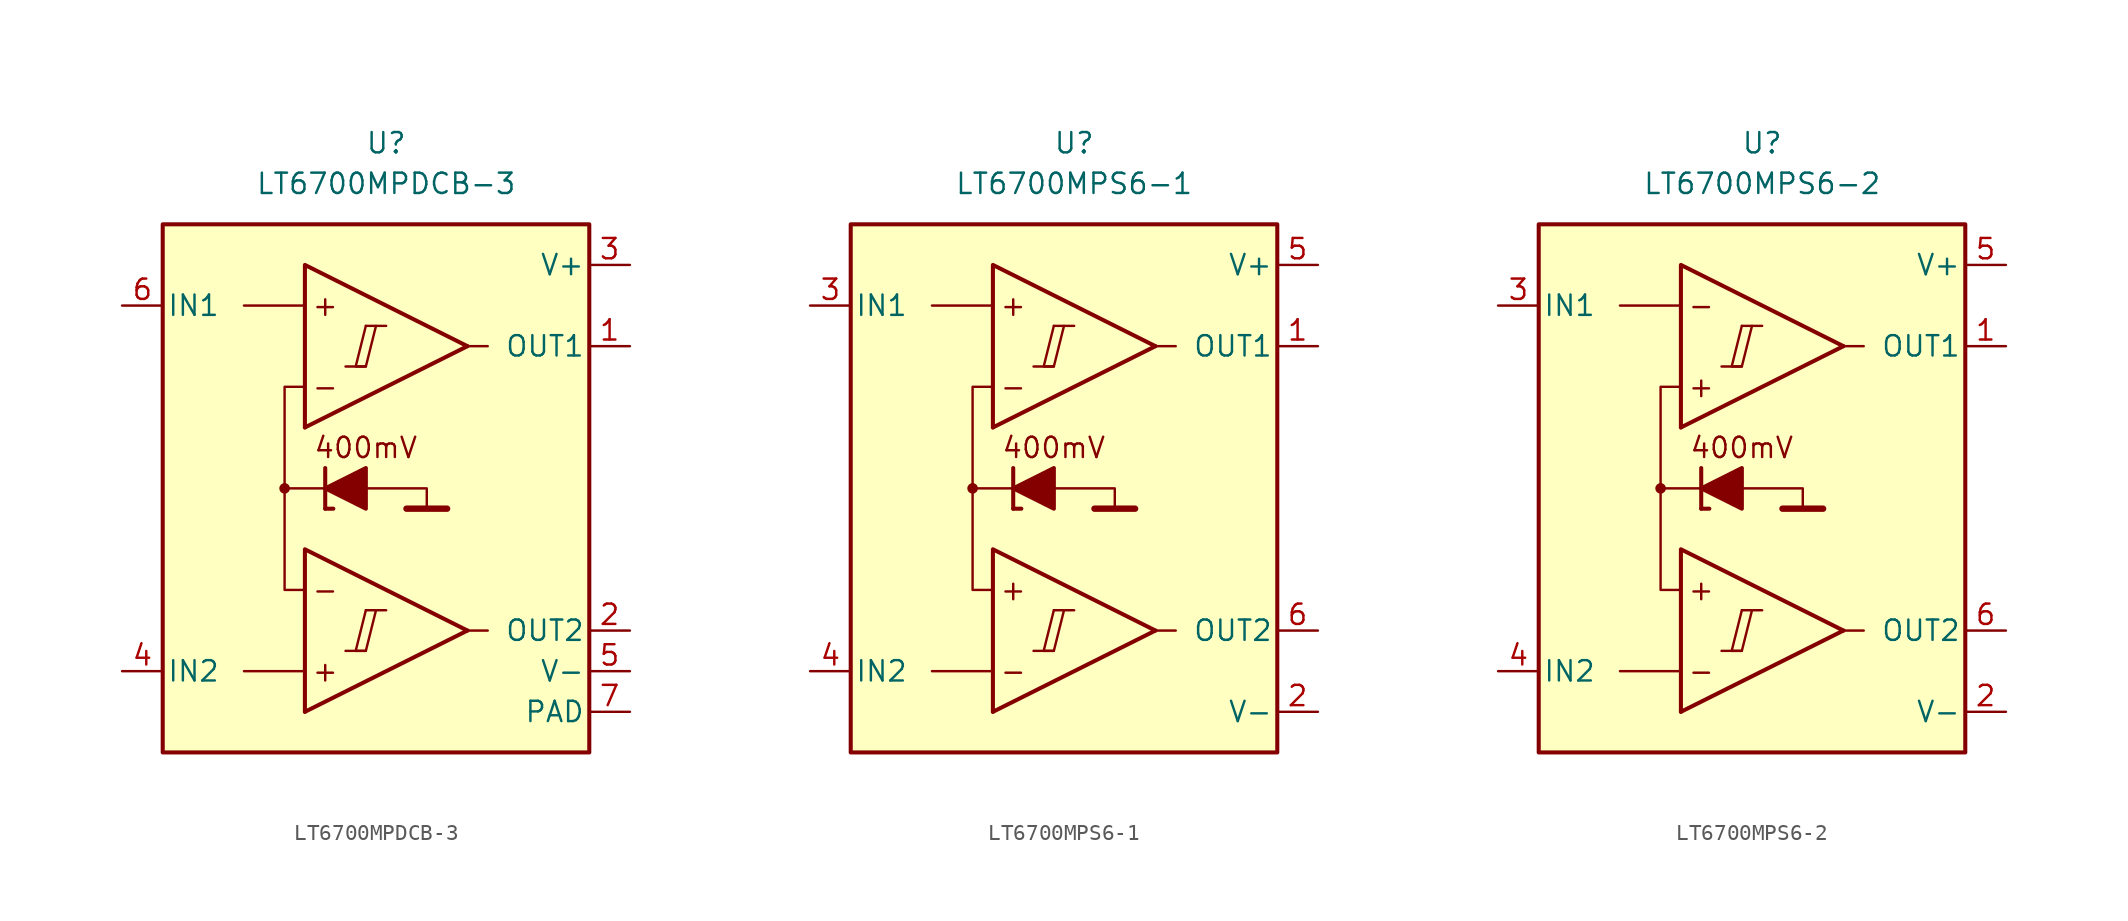
<source format=kicad_sym>
(kicad_symbol_lib
  (version 20231120)
  (generator "kicad_symbol_editor")
  (generator_version "8.0")
  (symbol "LT6700MPDCB-3"
    (pin_names
      (offset 0.254))
    (property "Reference" "U"
      (at 0 22.86 0)
      (effects (font (size 1.27 1.27))))
    (property "Value" "LT6700MPDCB-3"
      (at 0 20.32 0)
      (effects (font (size 1.27 1.27))))
    (symbol "LT6700MPDCB-3_0_0"
      (rectangle (start -13.97 17.78) (end 12.7 -15.24) (stroke (width 0.254) (type default)) (fill (type background)))
      (circle (center -6.35 1.27) (radius 0.254) (stroke (width 0.152) (type default)) (fill (type outline)))
      (polyline (pts (xy -2.54 -8.89) (xy -1.27 -8.89)) (stroke (width 0.152) (type default)) (fill (type none)))
      (polyline (pts (xy -2.54 8.89) (xy -1.27 8.89)) (stroke (width 0.152) (type default)) (fill (type none)))
      (polyline (pts (xy -1.27 -6.35) (xy 0 -6.35)) (stroke (width 0.152) (type default)) (fill (type none)))
      (polyline (pts (xy -1.27 11.43) (xy 0 11.43)) (stroke (width 0.152) (type default)) (fill (type none)))
      (polyline (pts (xy 5.08 -7.62) (xy -5.08 -12.7)) (stroke (width 0.254) (type default)) (fill (type none)))
      (polyline (pts (xy 5.08 10.16) (xy -5.08 5.08)) (stroke (width 0.254) (type default)) (fill (type none)))
      (polyline (pts (xy 5.08 -7.62) (xy -5.08 -2.54) (xy -5.08 -12.7)) (stroke (width 0.254) (type default)) (fill (type background)))
      (polyline (pts (xy 5.08 10.16) (xy -5.08 15.24) (xy -5.08 5.08)) (stroke (width 0.254) (type default)) (fill (type background)))
      (polyline (pts (xy -1.27 -6.35) (xy -1.905 -8.89) (xy -1.27 -8.89) (xy -0.635 -6.35)) (stroke (width 0.152) (type default)) (fill (type none)))
      (polyline (pts (xy -1.27 11.43) (xy -1.905 8.89) (xy -1.27 8.89) (xy -0.635 11.43)) (stroke (width 0.152) (type default)) (fill (type none)))
      (text "+" (at -3.81 -10.16 0) (effects (font (size 1.27 1.27))))
      (text "+" (at -3.81 12.7 0) (effects (font (size 1.27 1.27))))
      (text "-" (at -3.81 -5.08 0) (effects (font (size 1.27 1.27))))
      (text "-" (at -3.81 7.62 0) (effects (font (size 1.27 1.27)))))
    (symbol "LT6700MPDCB-3_0_1"
      (polyline (pts (xy -5.08 -10.16) (xy -8.89 -10.16)) (stroke (width 0) (type default)) (fill (type none)))
      (polyline (pts (xy -5.08 12.7) (xy -8.89 12.7)) (stroke (width 0) (type default)) (fill (type none)))
      (polyline (pts (xy -3.81 0) (xy -3.81 2.54)) (stroke (width 0.254) (type default)) (fill (type none)))
      (polyline (pts (xy -3.81 0) (xy -3.302 0)) (stroke (width 0.254) (type default)) (fill (type none)))
      (polyline (pts (xy -3.81 1.27) (xy -6.35 1.27)) (stroke (width 0.152) (type default)) (fill (type none)))
      (polyline (pts (xy 1.27 0) (xy 3.81 0)) (stroke (width 0.4) (type default)) (fill (type none)))
      (polyline (pts (xy 5.08 -7.62) (xy 6.35 -7.62)) (stroke (width 0) (type default)) (fill (type none)))
      (polyline (pts (xy 5.08 10.16) (xy 6.35 10.16)) (stroke (width 0) (type default)) (fill (type none)))
      (polyline (pts (xy -1.27 1.27) (xy 2.54 1.27) (xy 2.54 0)) (stroke (width 0.152) (type default)) (fill (type none)))
      (polyline (pts (xy -5.08 -5.08) (xy -6.35 -5.08) (xy -6.35 7.62) (xy -5.08 7.62)) (stroke (width 0.152) (type default)) (fill (type none)))
      (polyline (pts (xy -1.27 2.54) (xy -1.27 0) (xy -3.81 1.27) (xy -1.27 2.54)) (stroke (width 0.254) (type default)) (fill (type outline))))
    (symbol "LT6700MPDCB-3_1_0"
      (text "400mV" (at -1.27 3.81 0) (effects (font (size 1.27 1.27)))))
    (symbol "LT6700MPDCB-3_1_1"
      (pin output line (at 15.24 10.16 180) (length 2.54) (name "OUT1" (effects (font (size 1.27 1.27)))) (number "1" (effects (font (size 1.27 1.27)))))
      (pin output line (at 15.24 -7.62 180) (length 2.54) (name "OUT2" (effects (font (size 1.27 1.27)))) (number "2" (effects (font (size 1.27 1.27)))))
      (pin power_in line (at 15.24 15.24 180) (length 2.54) (name "V+" (effects (font (size 1.27 1.27)))) (number "3" (effects (font (size 1.27 1.27)))))
      (pin input line (at -16.51 -10.16 0) (length 2.54) (name "IN2" (effects (font (size 1.27 1.27)))) (number "4" (effects (font (size 1.27 1.27)))))
      (pin power_in line (at 15.24 -10.16 180) (length 2.54) (name "V-" (effects (font (size 1.27 1.27)))) (number "5" (effects (font (size 1.27 1.27)))))
      (pin input line (at -16.51 12.7 0) (length 2.54) (name "IN1" (effects (font (size 1.27 1.27)))) (number "6" (effects (font (size 1.27 1.27)))))
      (pin power_in line (at 15.24 -12.7 180) (length 2.54) (name "PAD" (effects (font (size 1.27 1.27)))) (number "7" (effects (font (size 1.27 1.27)))))))
  (symbol "LT6700MPS6-1"
    (pin_names
      (offset 0.254))
    (property "Reference" "U"
      (at 0 22.86 0)
      (effects (font (size 1.27 1.27))))
    (property "Value" "LT6700MPS6-1"
      (at 0 20.32 0)
      (effects (font (size 1.27 1.27))))
    (symbol "LT6700MPS6-1_0_0"
      (rectangle (start -13.97 17.78) (end 12.7 -15.24) (stroke (width 0.254) (type default)) (fill (type background)))
      (circle (center -6.35 1.27) (radius 0.254) (stroke (width 0.152) (type default)) (fill (type outline)))
      (polyline (pts (xy -2.54 -8.89) (xy -1.27 -8.89)) (stroke (width 0.152) (type default)) (fill (type none)))
      (polyline (pts (xy -2.54 8.89) (xy -1.27 8.89)) (stroke (width 0.152) (type default)) (fill (type none)))
      (polyline (pts (xy -1.27 -6.35) (xy 0 -6.35)) (stroke (width 0.152) (type default)) (fill (type none)))
      (polyline (pts (xy -1.27 11.43) (xy 0 11.43)) (stroke (width 0.152) (type default)) (fill (type none)))
      (polyline (pts (xy 5.08 -7.62) (xy -5.08 -12.7)) (stroke (width 0.254) (type default)) (fill (type none)))
      (polyline (pts (xy 5.08 10.16) (xy -5.08 5.08)) (stroke (width 0.254) (type default)) (fill (type none)))
      (polyline (pts (xy 5.08 -7.62) (xy -5.08 -2.54) (xy -5.08 -12.7)) (stroke (width 0.254) (type default)) (fill (type background)))
      (polyline (pts (xy 5.08 10.16) (xy -5.08 15.24) (xy -5.08 5.08)) (stroke (width 0.254) (type default)) (fill (type background)))
      (polyline (pts (xy -1.27 -6.35) (xy -1.905 -8.89) (xy -1.27 -8.89) (xy -0.635 -6.35)) (stroke (width 0.152) (type default)) (fill (type none)))
      (polyline (pts (xy -1.27 11.43) (xy -1.905 8.89) (xy -1.27 8.89) (xy -0.635 11.43)) (stroke (width 0.152) (type default)) (fill (type none)))
      (text "+" (at -3.81 -5.08 0) (effects (font (size 1.27 1.27))))
      (text "+" (at -3.81 12.7 0) (effects (font (size 1.27 1.27))))
      (text "-" (at -3.81 -10.16 0) (effects (font (size 1.27 1.27))))
      (text "-" (at -3.81 7.62 0) (effects (font (size 1.27 1.27)))))
    (symbol "LT6700MPS6-1_0_1"
      (polyline (pts (xy -5.08 -10.16) (xy -8.89 -10.16)) (stroke (width 0) (type default)) (fill (type none)))
      (polyline (pts (xy -5.08 12.7) (xy -8.89 12.7)) (stroke (width 0) (type default)) (fill (type none)))
      (polyline (pts (xy -3.81 0) (xy -3.81 2.54)) (stroke (width 0.254) (type default)) (fill (type none)))
      (polyline (pts (xy -3.81 0) (xy -3.302 0)) (stroke (width 0.254) (type default)) (fill (type none)))
      (polyline (pts (xy -3.81 1.27) (xy -6.35 1.27)) (stroke (width 0.152) (type default)) (fill (type none)))
      (polyline (pts (xy 1.27 0) (xy 3.81 0)) (stroke (width 0.4) (type default)) (fill (type none)))
      (polyline (pts (xy 5.08 -7.62) (xy 6.35 -7.62)) (stroke (width 0) (type default)) (fill (type none)))
      (polyline (pts (xy 5.08 10.16) (xy 6.35 10.16)) (stroke (width 0) (type default)) (fill (type none)))
      (polyline (pts (xy -1.27 1.27) (xy 2.54 1.27) (xy 2.54 0)) (stroke (width 0.152) (type default)) (fill (type none)))
      (polyline (pts (xy -5.08 -5.08) (xy -6.35 -5.08) (xy -6.35 7.62) (xy -5.08 7.62)) (stroke (width 0.152) (type default)) (fill (type none)))
      (polyline (pts (xy -1.27 2.54) (xy -1.27 0) (xy -3.81 1.27) (xy -1.27 2.54)) (stroke (width 0.254) (type default)) (fill (type outline))))
    (symbol "LT6700MPS6-1_1_0"
      (text "400mV" (at -1.27 3.81 0) (effects (font (size 1.27 1.27)))))
    (symbol "LT6700MPS6-1_1_1"
      (pin output line (at 15.24 10.16 180) (length 2.54) (name "OUT1" (effects (font (size 1.27 1.27)))) (number "1" (effects (font (size 1.27 1.27)))))
      (pin power_in line (at 15.24 -12.7 180) (length 2.54) (name "V-" (effects (font (size 1.27 1.27)))) (number "2" (effects (font (size 1.27 1.27)))))
      (pin input line (at -16.51 12.7 0) (length 2.54) (name "IN1" (effects (font (size 1.27 1.27)))) (number "3" (effects (font (size 1.27 1.27)))))
      (pin input line (at -16.51 -10.16 0) (length 2.54) (name "IN2" (effects (font (size 1.27 1.27)))) (number "4" (effects (font (size 1.27 1.27)))))
      (pin power_in line (at 15.24 15.24 180) (length 2.54) (name "V+" (effects (font (size 1.27 1.27)))) (number "5" (effects (font (size 1.27 1.27)))))
      (pin output line (at 15.24 -7.62 180) (length 2.54) (name "OUT2" (effects (font (size 1.27 1.27)))) (number "6" (effects (font (size 1.27 1.27)))))))
  (symbol "LT6700MPS6-2"
    (pin_names
      (offset 0.254))
    (property "Reference" "U"
      (at 0 22.86 0)
      (effects (font (size 1.27 1.27))))
    (property "Value" "LT6700MPS6-2"
      (at 0 20.32 0)
      (effects (font (size 1.27 1.27))))
    (symbol "LT6700MPS6-2_0_0"
      (rectangle (start -13.97 17.78) (end 12.7 -15.24) (stroke (width 0.254) (type default)) (fill (type background)))
      (circle (center -6.35 1.27) (radius 0.254) (stroke (width 0.152) (type default)) (fill (type outline)))
      (polyline (pts (xy -2.54 -8.89) (xy -1.27 -8.89)) (stroke (width 0.152) (type default)) (fill (type none)))
      (polyline (pts (xy -2.54 8.89) (xy -1.27 8.89)) (stroke (width 0.152) (type default)) (fill (type none)))
      (polyline (pts (xy -1.27 -6.35) (xy 0 -6.35)) (stroke (width 0.152) (type default)) (fill (type none)))
      (polyline (pts (xy -1.27 11.43) (xy 0 11.43)) (stroke (width 0.152) (type default)) (fill (type none)))
      (polyline (pts (xy 5.08 -7.62) (xy -5.08 -12.7)) (stroke (width 0.254) (type default)) (fill (type none)))
      (polyline (pts (xy 5.08 10.16) (xy -5.08 5.08)) (stroke (width 0.254) (type default)) (fill (type none)))
      (polyline (pts (xy 5.08 -7.62) (xy -5.08 -2.54) (xy -5.08 -12.7)) (stroke (width 0.254) (type default)) (fill (type background)))
      (polyline (pts (xy 5.08 10.16) (xy -5.08 15.24) (xy -5.08 5.08)) (stroke (width 0.254) (type default)) (fill (type background)))
      (polyline (pts (xy -1.27 -6.35) (xy -1.905 -8.89) (xy -1.27 -8.89) (xy -0.635 -6.35)) (stroke (width 0.152) (type default)) (fill (type none)))
      (polyline (pts (xy -1.27 11.43) (xy -1.905 8.89) (xy -1.27 8.89) (xy -0.635 11.43)) (stroke (width 0.152) (type default)) (fill (type none)))
      (text "+" (at -3.81 -5.08 0) (effects (font (size 1.27 1.27))))
      (text "+" (at -3.81 7.62 0) (effects (font (size 1.27 1.27))))
      (text "-" (at -3.81 -10.16 0) (effects (font (size 1.27 1.27))))
      (text "-" (at -3.81 12.7 0) (effects (font (size 1.27 1.27)))))
    (symbol "LT6700MPS6-2_0_1"
      (polyline (pts (xy -5.08 -10.16) (xy -8.89 -10.16)) (stroke (width 0) (type default)) (fill (type none)))
      (polyline (pts (xy -5.08 12.7) (xy -8.89 12.7)) (stroke (width 0) (type default)) (fill (type none)))
      (polyline (pts (xy -3.81 0) (xy -3.81 2.54)) (stroke (width 0.254) (type default)) (fill (type none)))
      (polyline (pts (xy -3.81 0) (xy -3.302 0)) (stroke (width 0.254) (type default)) (fill (type none)))
      (polyline (pts (xy -3.81 1.27) (xy -6.35 1.27)) (stroke (width 0.152) (type default)) (fill (type none)))
      (polyline (pts (xy 1.27 0) (xy 3.81 0)) (stroke (width 0.4) (type default)) (fill (type none)))
      (polyline (pts (xy 5.08 -7.62) (xy 6.35 -7.62)) (stroke (width 0) (type default)) (fill (type none)))
      (polyline (pts (xy 5.08 10.16) (xy 6.35 10.16)) (stroke (width 0) (type default)) (fill (type none)))
      (polyline (pts (xy -1.27 1.27) (xy 2.54 1.27) (xy 2.54 0)) (stroke (width 0.152) (type default)) (fill (type none)))
      (polyline (pts (xy -5.08 -5.08) (xy -6.35 -5.08) (xy -6.35 7.62) (xy -5.08 7.62)) (stroke (width 0.152) (type default)) (fill (type none)))
      (polyline (pts (xy -1.27 2.54) (xy -1.27 0) (xy -3.81 1.27) (xy -1.27 2.54)) (stroke (width 0.254) (type default)) (fill (type outline))))
    (symbol "LT6700MPS6-2_1_0"
      (text "400mV" (at -1.27 3.81 0) (effects (font (size 1.27 1.27)))))
    (symbol "LT6700MPS6-2_1_1"
      (pin output line (at 15.24 10.16 180) (length 2.54) (name "OUT1" (effects (font (size 1.27 1.27)))) (number "1" (effects (font (size 1.27 1.27)))))
      (pin power_in line (at 15.24 -12.7 180) (length 2.54) (name "V-" (effects (font (size 1.27 1.27)))) (number "2" (effects (font (size 1.27 1.27)))))
      (pin input line (at -16.51 12.7 0) (length 2.54) (name "IN1" (effects (font (size 1.27 1.27)))) (number "3" (effects (font (size 1.27 1.27)))))
      (pin input line (at -16.51 -10.16 0) (length 2.54) (name "IN2" (effects (font (size 1.27 1.27)))) (number "4" (effects (font (size 1.27 1.27)))))
      (pin power_in line (at 15.24 15.24 180) (length 2.54) (name "V+" (effects (font (size 1.27 1.27)))) (number "5" (effects (font (size 1.27 1.27)))))
      (pin output line (at 15.24 -7.62 180) (length 2.54) (name "OUT2" (effects (font (size 1.27 1.27)))) (number "6" (effects (font (size 1.27 1.27))))))))
</source>
